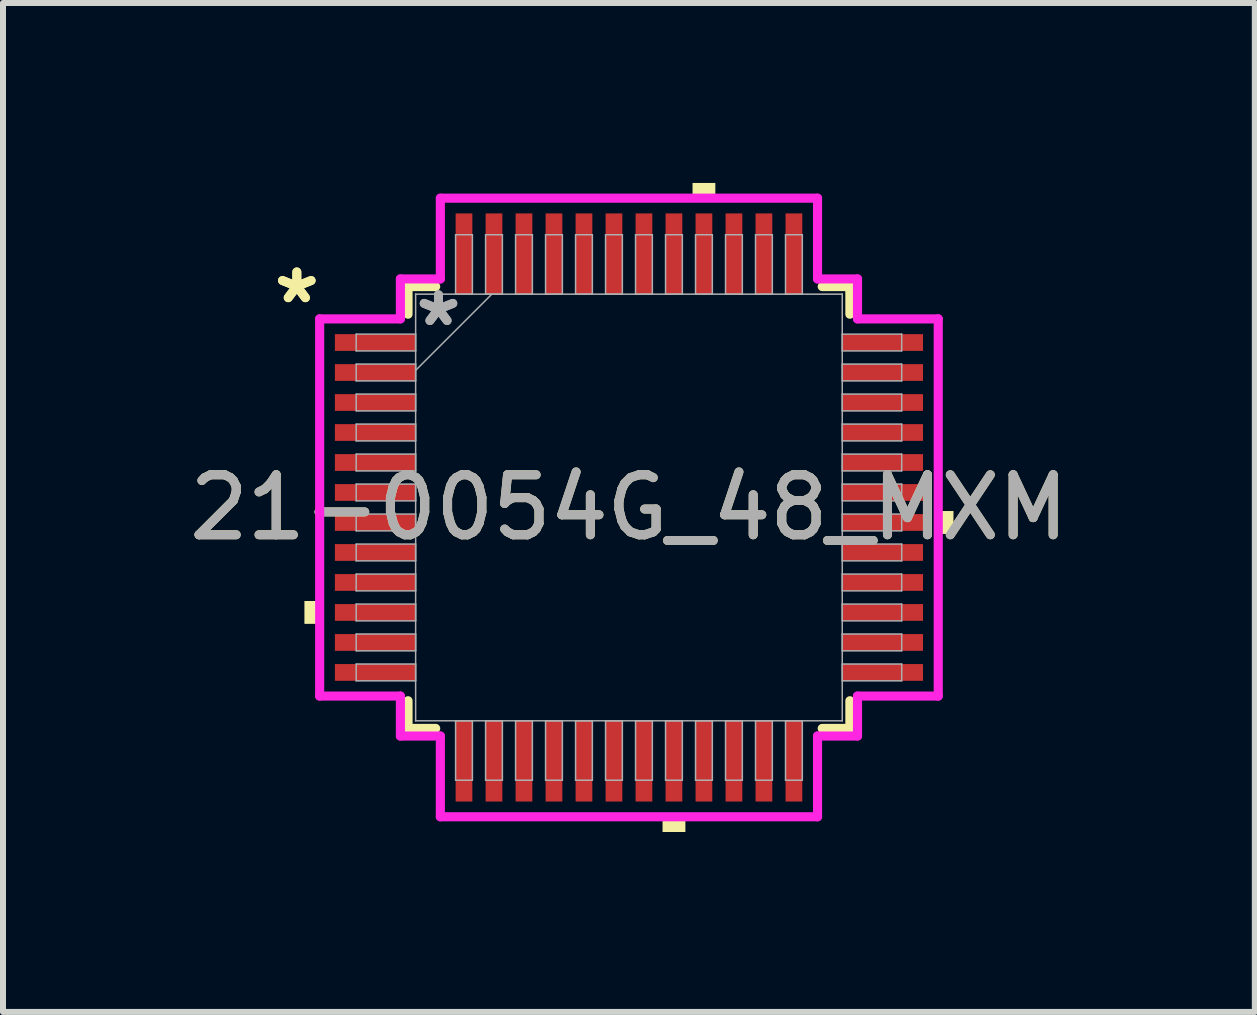
<source format=kicad_pcb>
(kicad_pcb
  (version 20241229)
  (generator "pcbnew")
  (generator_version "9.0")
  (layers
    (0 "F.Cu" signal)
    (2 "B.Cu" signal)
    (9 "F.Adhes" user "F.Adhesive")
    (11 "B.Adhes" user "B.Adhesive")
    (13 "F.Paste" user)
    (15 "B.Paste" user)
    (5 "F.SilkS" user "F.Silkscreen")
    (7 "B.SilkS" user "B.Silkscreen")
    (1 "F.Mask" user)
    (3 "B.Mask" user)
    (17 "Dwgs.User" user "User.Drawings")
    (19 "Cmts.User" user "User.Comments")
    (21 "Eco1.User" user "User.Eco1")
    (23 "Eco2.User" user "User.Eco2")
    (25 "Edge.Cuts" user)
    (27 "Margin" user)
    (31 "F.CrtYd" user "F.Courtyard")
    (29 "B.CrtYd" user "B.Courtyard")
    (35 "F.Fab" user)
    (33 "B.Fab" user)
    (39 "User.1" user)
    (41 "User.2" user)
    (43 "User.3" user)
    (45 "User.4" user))
  (footprint "21-0054G_48_MXM"
    (layer "F.Cu")
    (at 7.435 5.41)
    (property "Reference" "21-0054G_48_MXM" (at 0 0 0) (unlocked yes) (layer "F.SilkS") (effects (font (size 1 1) (thickness 0.15))))
    (attr smd)
    (fp_line (start -3.683 -3.683) (end -3.683 -3.222) (stroke (width 0.152) (type solid)) (layer "F.SilkS"))
    (fp_line (start -3.683 3.222) (end -3.683 3.683) (stroke (width 0.152) (type solid)) (layer "F.SilkS"))
    (fp_line (start -3.683 3.683) (end -3.222 3.683) (stroke (width 0.152) (type solid)) (layer "F.SilkS"))
    (fp_line (start -3.222 -3.683) (end -3.683 -3.683) (stroke (width 0.152) (type solid)) (layer "F.SilkS"))
    (fp_line (start 3.222 3.683) (end 3.683 3.683) (stroke (width 0.152) (type solid)) (layer "F.SilkS"))
    (fp_line (start 3.683 -3.683) (end 3.222 -3.683) (stroke (width 0.152) (type solid)) (layer "F.SilkS"))
    (fp_line (start 3.683 -3.222) (end 3.683 -3.683) (stroke (width 0.152) (type solid)) (layer "F.SilkS"))
    (fp_line (start 3.683 3.683) (end 3.683 3.222) (stroke (width 0.152) (type solid)) (layer "F.SilkS"))
    (fp_poly (pts (xy -5.41 1.559) (xy -5.41 1.94) (xy -5.156 1.94) (xy -5.156 1.559)) (stroke (width 0) (type solid)) (fill yes) (layer "F.SilkS"))
    (fp_poly (pts (xy 0.56 5.156) (xy 0.56 5.41) (xy 0.941 5.41) (xy 0.941 5.156)) (stroke (width 0) (type solid)) (fill yes) (layer "F.SilkS"))
    (fp_poly (pts (xy 1.06 -5.156) (xy 1.06 -5.41) (xy 1.44 -5.41) (xy 1.44 -5.156)) (stroke (width 0) (type solid)) (fill yes) (layer "F.SilkS"))
    (fp_poly (pts (xy 5.41 0.059) (xy 5.41 0.441) (xy 5.156 0.441) (xy 5.156 0.059)) (stroke (width 0) (type solid)) (fill yes) (layer "F.SilkS"))
    (fp_line (start -5.156 -3.144) (end -3.81 -3.144) (stroke (width 0.152) (type solid)) (layer "F.CrtYd"))
    (fp_line (start -5.156 3.144) (end -5.156 -3.144) (stroke (width 0.152) (type solid)) (layer "F.CrtYd"))
    (fp_line (start -3.81 -3.81) (end -3.144 -3.81) (stroke (width 0.152) (type solid)) (layer "F.CrtYd"))
    (fp_line (start -3.81 -3.144) (end -3.81 -3.81) (stroke (width 0.152) (type solid)) (layer "F.CrtYd"))
    (fp_line (start -3.81 3.144) (end -5.156 3.144) (stroke (width 0.152) (type solid)) (layer "F.CrtYd"))
    (fp_line (start -3.81 3.81) (end -3.81 3.144) (stroke (width 0.152) (type solid)) (layer "F.CrtYd"))
    (fp_line (start -3.81 3.81) (end -3.144 3.81) (stroke (width 0.152) (type solid)) (layer "F.CrtYd"))
    (fp_line (start -3.144 -5.156) (end 3.144 -5.156) (stroke (width 0.152) (type solid)) (layer "F.CrtYd"))
    (fp_line (start -3.144 -3.81) (end -3.144 -5.156) (stroke (width 0.152) (type solid)) (layer "F.CrtYd"))
    (fp_line (start -3.144 3.81) (end -3.144 5.156) (stroke (width 0.152) (type solid)) (layer "F.CrtYd"))
    (fp_line (start -3.144 5.156) (end 3.144 5.156) (stroke (width 0.152) (type solid)) (layer "F.CrtYd"))
    (fp_line (start 3.144 -5.156) (end 3.144 -3.81) (stroke (width 0.152) (type solid)) (layer "F.CrtYd"))
    (fp_line (start 3.144 -3.81) (end 3.81 -3.81) (stroke (width 0.152) (type solid)) (layer "F.CrtYd"))
    (fp_line (start 3.144 3.81) (end 3.81 3.81) (stroke (width 0.152) (type solid)) (layer "F.CrtYd"))
    (fp_line (start 3.144 5.156) (end 3.144 3.81) (stroke (width 0.152) (type solid)) (layer "F.CrtYd"))
    (fp_line (start 3.81 -3.144) (end 3.81 -3.81) (stroke (width 0.152) (type solid)) (layer "F.CrtYd"))
    (fp_line (start 3.81 3.144) (end 5.156 3.144) (stroke (width 0.152) (type solid)) (layer "F.CrtYd"))
    (fp_line (start 3.81 3.81) (end 3.81 3.144) (stroke (width 0.152) (type solid)) (layer "F.CrtYd"))
    (fp_line (start 5.156 -3.144) (end 3.81 -3.144) (stroke (width 0.152) (type solid)) (layer "F.CrtYd"))
    (fp_line (start 5.156 3.144) (end 5.156 -3.144) (stroke (width 0.152) (type solid)) (layer "F.CrtYd"))
    (fp_line (start -4.547 -2.89) (end -4.547 -2.61) (stroke (width 0.025) (type solid)) (layer "F.Fab"))
    (fp_line (start -4.547 -2.61) (end -3.556 -2.61) (stroke (width 0.025) (type solid)) (layer "F.Fab"))
    (fp_line (start -4.547 -2.39) (end -4.547 -2.11) (stroke (width 0.025) (type solid)) (layer "F.Fab"))
    (fp_line (start -4.547 -2.11) (end -3.556 -2.11) (stroke (width 0.025) (type solid)) (layer "F.Fab"))
    (fp_line (start -4.547 -1.89) (end -4.547 -1.61) (stroke (width 0.025) (type solid)) (layer "F.Fab"))
    (fp_line (start -4.547 -1.61) (end -3.556 -1.61) (stroke (width 0.025) (type solid)) (layer "F.Fab"))
    (fp_line (start -4.547 -1.39) (end -4.547 -1.11) (stroke (width 0.025) (type solid)) (layer "F.Fab"))
    (fp_line (start -4.547 -1.11) (end -3.556 -1.11) (stroke (width 0.025) (type solid)) (layer "F.Fab"))
    (fp_line (start -4.547 -0.89) (end -4.547 -0.61) (stroke (width 0.025) (type solid)) (layer "F.Fab"))
    (fp_line (start -4.547 -0.61) (end -3.556 -0.61) (stroke (width 0.025) (type solid)) (layer "F.Fab"))
    (fp_line (start -4.547 -0.39) (end -4.547 -0.11) (stroke (width 0.025) (type solid)) (layer "F.Fab"))
    (fp_line (start -4.547 -0.11) (end -3.556 -0.11) (stroke (width 0.025) (type solid)) (layer "F.Fab"))
    (fp_line (start -4.547 0.11) (end -4.547 0.39) (stroke (width 0.025) (type solid)) (layer "F.Fab"))
    (fp_line (start -4.547 0.39) (end -3.556 0.39) (stroke (width 0.025) (type solid)) (layer "F.Fab"))
    (fp_line (start -4.547 0.61) (end -4.547 0.89) (stroke (width 0.025) (type solid)) (layer "F.Fab"))
    (fp_line (start -4.547 0.89) (end -3.556 0.89) (stroke (width 0.025) (type solid)) (layer "F.Fab"))
    (fp_line (start -4.547 1.11) (end -4.547 1.39) (stroke (width 0.025) (type solid)) (layer "F.Fab"))
    (fp_line (start -4.547 1.39) (end -3.556 1.39) (stroke (width 0.025) (type solid)) (layer "F.Fab"))
    (fp_line (start -4.547 1.61) (end -4.547 1.89) (stroke (width 0.025) (type solid)) (layer "F.Fab"))
    (fp_line (start -4.547 1.89) (end -3.556 1.89) (stroke (width 0.025) (type solid)) (layer "F.Fab"))
    (fp_line (start -4.547 2.11) (end -4.547 2.39) (stroke (width 0.025) (type solid)) (layer "F.Fab"))
    (fp_line (start -4.547 2.39) (end -3.556 2.39) (stroke (width 0.025) (type solid)) (layer "F.Fab"))
    (fp_line (start -4.547 2.61) (end -4.547 2.89) (stroke (width 0.025) (type solid)) (layer "F.Fab"))
    (fp_line (start -4.547 2.89) (end -3.556 2.89) (stroke (width 0.025) (type solid)) (layer "F.Fab"))
    (fp_line (start -3.556 -3.556) (end -3.556 -3.556) (stroke (width 0.025) (type solid)) (layer "F.Fab"))
    (fp_line (start -3.556 -3.556) (end -3.556 3.556) (stroke (width 0.025) (type solid)) (layer "F.Fab"))
    (fp_line (start -3.556 -2.89) (end -4.547 -2.89) (stroke (width 0.025) (type solid)) (layer "F.Fab"))
    (fp_line (start -3.556 -2.61) (end -3.556 -2.89) (stroke (width 0.025) (type solid)) (layer "F.Fab"))
    (fp_line (start -3.556 -2.39) (end -4.547 -2.39) (stroke (width 0.025) (type solid)) (layer "F.Fab"))
    (fp_line (start -3.556 -2.286) (end -2.286 -3.556) (stroke (width 0.025) (type solid)) (layer "F.Fab"))
    (fp_line (start -3.556 -2.11) (end -3.556 -2.39) (stroke (width 0.025) (type solid)) (layer "F.Fab"))
    (fp_line (start -3.556 -1.89) (end -4.547 -1.89) (stroke (width 0.025) (type solid)) (layer "F.Fab"))
    (fp_line (start -3.556 -1.61) (end -3.556 -1.89) (stroke (width 0.025) (type solid)) (layer "F.Fab"))
    (fp_line (start -3.556 -1.39) (end -4.547 -1.39) (stroke (width 0.025) (type solid)) (layer "F.Fab"))
    (fp_line (start -3.556 -1.11) (end -3.556 -1.39) (stroke (width 0.025) (type solid)) (layer "F.Fab"))
    (fp_line (start -3.556 -0.89) (end -4.547 -0.89) (stroke (width 0.025) (type solid)) (layer "F.Fab"))
    (fp_line (start -3.556 -0.61) (end -3.556 -0.89) (stroke (width 0.025) (type solid)) (layer "F.Fab"))
    (fp_line (start -3.556 -0.39) (end -4.547 -0.39) (stroke (width 0.025) (type solid)) (layer "F.Fab"))
    (fp_line (start -3.556 -0.11) (end -3.556 -0.39) (stroke (width 0.025) (type solid)) (layer "F.Fab"))
    (fp_line (start -3.556 0.11) (end -4.547 0.11) (stroke (width 0.025) (type solid)) (layer "F.Fab"))
    (fp_line (start -3.556 0.39) (end -3.556 0.11) (stroke (width 0.025) (type solid)) (layer "F.Fab"))
    (fp_line (start -3.556 0.61) (end -4.547 0.61) (stroke (width 0.025) (type solid)) (layer "F.Fab"))
    (fp_line (start -3.556 0.89) (end -3.556 0.61) (stroke (width 0.025) (type solid)) (layer "F.Fab"))
    (fp_line (start -3.556 1.11) (end -4.547 1.11) (stroke (width 0.025) (type solid)) (layer "F.Fab"))
    (fp_line (start -3.556 1.39) (end -3.556 1.11) (stroke (width 0.025) (type solid)) (layer "F.Fab"))
    (fp_line (start -3.556 1.61) (end -4.547 1.61) (stroke (width 0.025) (type solid)) (layer "F.Fab"))
    (fp_line (start -3.556 1.89) (end -3.556 1.61) (stroke (width 0.025) (type solid)) (layer "F.Fab"))
    (fp_line (start -3.556 2.11) (end -4.547 2.11) (stroke (width 0.025) (type solid)) (layer "F.Fab"))
    (fp_line (start -3.556 2.39) (end -3.556 2.11) (stroke (width 0.025) (type solid)) (layer "F.Fab"))
    (fp_line (start -3.556 2.61) (end -4.547 2.61) (stroke (width 0.025) (type solid)) (layer "F.Fab"))
    (fp_line (start -3.556 2.89) (end -3.556 2.61) (stroke (width 0.025) (type solid)) (layer "F.Fab"))
    (fp_line (start -3.556 3.556) (end -3.556 3.556) (stroke (width 0.025) (type solid)) (layer "F.Fab"))
    (fp_line (start -3.556 3.556) (end 3.556 3.556) (stroke (width 0.025) (type solid)) (layer "F.Fab"))
    (fp_line (start -2.89 -4.547) (end -2.89 -3.556) (stroke (width 0.025) (type solid)) (layer "F.Fab"))
    (fp_line (start -2.89 -3.556) (end -2.61 -3.556) (stroke (width 0.025) (type solid)) (layer "F.Fab"))
    (fp_line (start -2.89 3.556) (end -2.89 4.547) (stroke (width 0.025) (type solid)) (layer "F.Fab"))
    (fp_line (start -2.89 4.547) (end -2.61 4.547) (stroke (width 0.025) (type solid)) (layer "F.Fab"))
    (fp_line (start -2.61 -4.547) (end -2.89 -4.547) (stroke (width 0.025) (type solid)) (layer "F.Fab"))
    (fp_line (start -2.61 -3.556) (end -2.61 -4.547) (stroke (width 0.025) (type solid)) (layer "F.Fab"))
    (fp_line (start -2.61 3.556) (end -2.89 3.556) (stroke (width 0.025) (type solid)) (layer "F.Fab"))
    (fp_line (start -2.61 4.547) (end -2.61 3.556) (stroke (width 0.025) (type solid)) (layer "F.Fab"))
    (fp_line (start -2.39 -4.547) (end -2.39 -3.556) (stroke (width 0.025) (type solid)) (layer "F.Fab"))
    (fp_line (start -2.39 -3.556) (end -2.11 -3.556) (stroke (width 0.025) (type solid)) (layer "F.Fab"))
    (fp_line (start -2.39 3.556) (end -2.39 4.547) (stroke (width 0.025) (type solid)) (layer "F.Fab"))
    (fp_line (start -2.39 4.547) (end -2.11 4.547) (stroke (width 0.025) (type solid)) (layer "F.Fab"))
    (fp_line (start -2.11 -4.547) (end -2.39 -4.547) (stroke (width 0.025) (type solid)) (layer "F.Fab"))
    (fp_line (start -2.11 -3.556) (end -2.11 -4.547) (stroke (width 0.025) (type solid)) (layer "F.Fab"))
    (fp_line (start -2.11 3.556) (end -2.39 3.556) (stroke (width 0.025) (type solid)) (layer "F.Fab"))
    (fp_line (start -2.11 4.547) (end -2.11 3.556) (stroke (width 0.025) (type solid)) (layer "F.Fab"))
    (fp_line (start -1.89 -4.547) (end -1.89 -3.556) (stroke (width 0.025) (type solid)) (layer "F.Fab"))
    (fp_line (start -1.89 -3.556) (end -1.61 -3.556) (stroke (width 0.025) (type solid)) (layer "F.Fab"))
    (fp_line (start -1.89 3.556) (end -1.89 4.547) (stroke (width 0.025) (type solid)) (layer "F.Fab"))
    (fp_line (start -1.89 4.547) (end -1.61 4.547) (stroke (width 0.025) (type solid)) (layer "F.Fab"))
    (fp_line (start -1.61 -4.547) (end -1.89 -4.547) (stroke (width 0.025) (type solid)) (layer "F.Fab"))
    (fp_line (start -1.61 -3.556) (end -1.61 -4.547) (stroke (width 0.025) (type solid)) (layer "F.Fab"))
    (fp_line (start -1.61 3.556) (end -1.89 3.556) (stroke (width 0.025) (type solid)) (layer "F.Fab"))
    (fp_line (start -1.61 4.547) (end -1.61 3.556) (stroke (width 0.025) (type solid)) (layer "F.Fab"))
    (fp_line (start -1.39 -4.547) (end -1.39 -3.556) (stroke (width 0.025) (type solid)) (layer "F.Fab"))
    (fp_line (start -1.39 -3.556) (end -1.11 -3.556) (stroke (width 0.025) (type solid)) (layer "F.Fab"))
    (fp_line (start -1.39 3.556) (end -1.39 4.547) (stroke (width 0.025) (type solid)) (layer "F.Fab"))
    (fp_line (start -1.39 4.547) (end -1.11 4.547) (stroke (width 0.025) (type solid)) (layer "F.Fab"))
    (fp_line (start -1.11 -4.547) (end -1.39 -4.547) (stroke (width 0.025) (type solid)) (layer "F.Fab"))
    (fp_line (start -1.11 -3.556) (end -1.11 -4.547) (stroke (width 0.025) (type solid)) (layer "F.Fab"))
    (fp_line (start -1.11 3.556) (end -1.39 3.556) (stroke (width 0.025) (type solid)) (layer "F.Fab"))
    (fp_line (start -1.11 4.547) (end -1.11 3.556) (stroke (width 0.025) (type solid)) (layer "F.Fab"))
    (fp_line (start -0.89 -4.547) (end -0.89 -3.556) (stroke (width 0.025) (type solid)) (layer "F.Fab"))
    (fp_line (start -0.89 -3.556) (end -0.61 -3.556) (stroke (width 0.025) (type solid)) (layer "F.Fab"))
    (fp_line (start -0.89 3.556) (end -0.89 4.547) (stroke (width 0.025) (type solid)) (layer "F.Fab"))
    (fp_line (start -0.89 4.547) (end -0.61 4.547) (stroke (width 0.025) (type solid)) (layer "F.Fab"))
    (fp_line (start -0.61 -4.547) (end -0.89 -4.547) (stroke (width 0.025) (type solid)) (layer "F.Fab"))
    (fp_line (start -0.61 -3.556) (end -0.61 -4.547) (stroke (width 0.025) (type solid)) (layer "F.Fab"))
    (fp_line (start -0.61 3.556) (end -0.89 3.556) (stroke (width 0.025) (type solid)) (layer "F.Fab"))
    (fp_line (start -0.61 4.547) (end -0.61 3.556) (stroke (width 0.025) (type solid)) (layer "F.Fab"))
    (fp_line (start -0.39 -4.547) (end -0.39 -3.556) (stroke (width 0.025) (type solid)) (layer "F.Fab"))
    (fp_line (start -0.39 -3.556) (end -0.11 -3.556) (stroke (width 0.025) (type solid)) (layer "F.Fab"))
    (fp_line (start -0.39 3.556) (end -0.39 4.547) (stroke (width 0.025) (type solid)) (layer "F.Fab"))
    (fp_line (start -0.39 4.547) (end -0.11 4.547) (stroke (width 0.025) (type solid)) (layer "F.Fab"))
    (fp_line (start -0.11 -4.547) (end -0.39 -4.547) (stroke (width 0.025) (type solid)) (layer "F.Fab"))
    (fp_line (start -0.11 -3.556) (end -0.11 -4.547) (stroke (width 0.025) (type solid)) (layer "F.Fab"))
    (fp_line (start -0.11 3.556) (end -0.39 3.556) (stroke (width 0.025) (type solid)) (layer "F.Fab"))
    (fp_line (start -0.11 4.547) (end -0.11 3.556) (stroke (width 0.025) (type solid)) (layer "F.Fab"))
    (fp_line (start 0.11 -4.547) (end 0.11 -3.556) (stroke (width 0.025) (type solid)) (layer "F.Fab"))
    (fp_line (start 0.11 -3.556) (end 0.39 -3.556) (stroke (width 0.025) (type solid)) (layer "F.Fab"))
    (fp_line (start 0.11 3.556) (end 0.11 4.547) (stroke (width 0.025) (type solid)) (layer "F.Fab"))
    (fp_line (start 0.11 4.547) (end 0.39 4.547) (stroke (width 0.025) (type solid)) (layer "F.Fab"))
    (fp_line (start 0.39 -4.547) (end 0.11 -4.547) (stroke (width 0.025) (type solid)) (layer "F.Fab"))
    (fp_line (start 0.39 -3.556) (end 0.39 -4.547) (stroke (width 0.025) (type solid)) (layer "F.Fab"))
    (fp_line (start 0.39 3.556) (end 0.11 3.556) (stroke (width 0.025) (type solid)) (layer "F.Fab"))
    (fp_line (start 0.39 4.547) (end 0.39 3.556) (stroke (width 0.025) (type solid)) (layer "F.Fab"))
    (fp_line (start 0.61 -4.547) (end 0.61 -3.556) (stroke (width 0.025) (type solid)) (layer "F.Fab"))
    (fp_line (start 0.61 -3.556) (end 0.89 -3.556) (stroke (width 0.025) (type solid)) (layer "F.Fab"))
    (fp_line (start 0.61 3.556) (end 0.61 4.547) (stroke (width 0.025) (type solid)) (layer "F.Fab"))
    (fp_line (start 0.61 4.547) (end 0.89 4.547) (stroke (width 0.025) (type solid)) (layer "F.Fab"))
    (fp_line (start 0.89 -4.547) (end 0.61 -4.547) (stroke (width 0.025) (type solid)) (layer "F.Fab"))
    (fp_line (start 0.89 -3.556) (end 0.89 -4.547) (stroke (width 0.025) (type solid)) (layer "F.Fab"))
    (fp_line (start 0.89 3.556) (end 0.61 3.556) (stroke (width 0.025) (type solid)) (layer "F.Fab"))
    (fp_line (start 0.89 4.547) (end 0.89 3.556) (stroke (width 0.025) (type solid)) (layer "F.Fab"))
    (fp_line (start 1.11 -4.547) (end 1.11 -3.556) (stroke (width 0.025) (type solid)) (layer "F.Fab"))
    (fp_line (start 1.11 -3.556) (end 1.39 -3.556) (stroke (width 0.025) (type solid)) (layer "F.Fab"))
    (fp_line (start 1.11 3.556) (end 1.11 4.547) (stroke (width 0.025) (type solid)) (layer "F.Fab"))
    (fp_line (start 1.11 4.547) (end 1.39 4.547) (stroke (width 0.025) (type solid)) (layer "F.Fab"))
    (fp_line (start 1.39 -4.547) (end 1.11 -4.547) (stroke (width 0.025) (type solid)) (layer "F.Fab"))
    (fp_line (start 1.39 -3.556) (end 1.39 -4.547) (stroke (width 0.025) (type solid)) (layer "F.Fab"))
    (fp_line (start 1.39 3.556) (end 1.11 3.556) (stroke (width 0.025) (type solid)) (layer "F.Fab"))
    (fp_line (start 1.39 4.547) (end 1.39 3.556) (stroke (width 0.025) (type solid)) (layer "F.Fab"))
    (fp_line (start 1.61 -4.547) (end 1.61 -3.556) (stroke (width 0.025) (type solid)) (layer "F.Fab"))
    (fp_line (start 1.61 -3.556) (end 1.89 -3.556) (stroke (width 0.025) (type solid)) (layer "F.Fab"))
    (fp_line (start 1.61 3.556) (end 1.61 4.547) (stroke (width 0.025) (type solid)) (layer "F.Fab"))
    (fp_line (start 1.61 4.547) (end 1.89 4.547) (stroke (width 0.025) (type solid)) (layer "F.Fab"))
    (fp_line (start 1.89 -4.547) (end 1.61 -4.547) (stroke (width 0.025) (type solid)) (layer "F.Fab"))
    (fp_line (start 1.89 -3.556) (end 1.89 -4.547) (stroke (width 0.025) (type solid)) (layer "F.Fab"))
    (fp_line (start 1.89 3.556) (end 1.61 3.556) (stroke (width 0.025) (type solid)) (layer "F.Fab"))
    (fp_line (start 1.89 4.547) (end 1.89 3.556) (stroke (width 0.025) (type solid)) (layer "F.Fab"))
    (fp_line (start 2.11 -4.547) (end 2.11 -3.556) (stroke (width 0.025) (type solid)) (layer "F.Fab"))
    (fp_line (start 2.11 -3.556) (end 2.39 -3.556) (stroke (width 0.025) (type solid)) (layer "F.Fab"))
    (fp_line (start 2.11 3.556) (end 2.11 4.547) (stroke (width 0.025) (type solid)) (layer "F.Fab"))
    (fp_line (start 2.11 4.547) (end 2.39 4.547) (stroke (width 0.025) (type solid)) (layer "F.Fab"))
    (fp_line (start 2.39 -4.547) (end 2.11 -4.547) (stroke (width 0.025) (type solid)) (layer "F.Fab"))
    (fp_line (start 2.39 -3.556) (end 2.39 -4.547) (stroke (width 0.025) (type solid)) (layer "F.Fab"))
    (fp_line (start 2.39 3.556) (end 2.11 3.556) (stroke (width 0.025) (type solid)) (layer "F.Fab"))
    (fp_line (start 2.39 4.547) (end 2.39 3.556) (stroke (width 0.025) (type solid)) (layer "F.Fab"))
    (fp_line (start 2.61 -4.547) (end 2.61 -3.556) (stroke (width 0.025) (type solid)) (layer "F.Fab"))
    (fp_line (start 2.61 -3.556) (end 2.89 -3.556) (stroke (width 0.025) (type solid)) (layer "F.Fab"))
    (fp_line (start 2.61 3.556) (end 2.61 4.547) (stroke (width 0.025) (type solid)) (layer "F.Fab"))
    (fp_line (start 2.61 4.547) (end 2.89 4.547) (stroke (width 0.025) (type solid)) (layer "F.Fab"))
    (fp_line (start 2.89 -4.547) (end 2.61 -4.547) (stroke (width 0.025) (type solid)) (layer "F.Fab"))
    (fp_line (start 2.89 -3.556) (end 2.89 -4.547) (stroke (width 0.025) (type solid)) (layer "F.Fab"))
    (fp_line (start 2.89 3.556) (end 2.61 3.556) (stroke (width 0.025) (type solid)) (layer "F.Fab"))
    (fp_line (start 2.89 4.547) (end 2.89 3.556) (stroke (width 0.025) (type solid)) (layer "F.Fab"))
    (fp_line (start 3.556 -3.556) (end -3.556 -3.556) (stroke (width 0.025) (type solid)) (layer "F.Fab"))
    (fp_line (start 3.556 -3.556) (end 3.556 -3.556) (stroke (width 0.025) (type solid)) (layer "F.Fab"))
    (fp_line (start 3.556 -2.89) (end 3.556 -2.61) (stroke (width 0.025) (type solid)) (layer "F.Fab"))
    (fp_line (start 3.556 -2.61) (end 4.547 -2.61) (stroke (width 0.025) (type solid)) (layer "F.Fab"))
    (fp_line (start 3.556 -2.39) (end 3.556 -2.11) (stroke (width 0.025) (type solid)) (layer "F.Fab"))
    (fp_line (start 3.556 -2.11) (end 4.547 -2.11) (stroke (width 0.025) (type solid)) (layer "F.Fab"))
    (fp_line (start 3.556 -1.89) (end 3.556 -1.61) (stroke (width 0.025) (type solid)) (layer "F.Fab"))
    (fp_line (start 3.556 -1.61) (end 4.547 -1.61) (stroke (width 0.025) (type solid)) (layer "F.Fab"))
    (fp_line (start 3.556 -1.39) (end 3.556 -1.11) (stroke (width 0.025) (type solid)) (layer "F.Fab"))
    (fp_line (start 3.556 -1.11) (end 4.547 -1.11) (stroke (width 0.025) (type solid)) (layer "F.Fab"))
    (fp_line (start 3.556 -0.89) (end 3.556 -0.61) (stroke (width 0.025) (type solid)) (layer "F.Fab"))
    (fp_line (start 3.556 -0.61) (end 4.547 -0.61) (stroke (width 0.025) (type solid)) (layer "F.Fab"))
    (fp_line (start 3.556 -0.39) (end 3.556 -0.11) (stroke (width 0.025) (type solid)) (layer "F.Fab"))
    (fp_line (start 3.556 -0.11) (end 4.547 -0.11) (stroke (width 0.025) (type solid)) (layer "F.Fab"))
    (fp_line (start 3.556 0.11) (end 3.556 0.39) (stroke (width 0.025) (type solid)) (layer "F.Fab"))
    (fp_line (start 3.556 0.39) (end 4.547 0.39) (stroke (width 0.025) (type solid)) (layer "F.Fab"))
    (fp_line (start 3.556 0.61) (end 3.556 0.89) (stroke (width 0.025) (type solid)) (layer "F.Fab"))
    (fp_line (start 3.556 0.89) (end 4.547 0.89) (stroke (width 0.025) (type solid)) (layer "F.Fab"))
    (fp_line (start 3.556 1.11) (end 3.556 1.39) (stroke (width 0.025) (type solid)) (layer "F.Fab"))
    (fp_line (start 3.556 1.39) (end 4.547 1.39) (stroke (width 0.025) (type solid)) (layer "F.Fab"))
    (fp_line (start 3.556 1.61) (end 3.556 1.89) (stroke (width 0.025) (type solid)) (layer "F.Fab"))
    (fp_line (start 3.556 1.89) (end 4.547 1.89) (stroke (width 0.025) (type solid)) (layer "F.Fab"))
    (fp_line (start 3.556 2.11) (end 3.556 2.39) (stroke (width 0.025) (type solid)) (layer "F.Fab"))
    (fp_line (start 3.556 2.39) (end 4.547 2.39) (stroke (width 0.025) (type solid)) (layer "F.Fab"))
    (fp_line (start 3.556 2.61) (end 3.556 2.89) (stroke (width 0.025) (type solid)) (layer "F.Fab"))
    (fp_line (start 3.556 2.89) (end 4.547 2.89) (stroke (width 0.025) (type solid)) (layer "F.Fab"))
    (fp_line (start 3.556 3.556) (end 3.556 -3.556) (stroke (width 0.025) (type solid)) (layer "F.Fab"))
    (fp_line (start 3.556 3.556) (end 3.556 3.556) (stroke (width 0.025) (type solid)) (layer "F.Fab"))
    (fp_line (start 4.547 -2.89) (end 3.556 -2.89) (stroke (width 0.025) (type solid)) (layer "F.Fab"))
    (fp_line (start 4.547 -2.61) (end 4.547 -2.89) (stroke (width 0.025) (type solid)) (layer "F.Fab"))
    (fp_line (start 4.547 -2.39) (end 3.556 -2.39) (stroke (width 0.025) (type solid)) (layer "F.Fab"))
    (fp_line (start 4.547 -2.11) (end 4.547 -2.39) (stroke (width 0.025) (type solid)) (layer "F.Fab"))
    (fp_line (start 4.547 -1.89) (end 3.556 -1.89) (stroke (width 0.025) (type solid)) (layer "F.Fab"))
    (fp_line (start 4.547 -1.61) (end 4.547 -1.89) (stroke (width 0.025) (type solid)) (layer "F.Fab"))
    (fp_line (start 4.547 -1.39) (end 3.556 -1.39) (stroke (width 0.025) (type solid)) (layer "F.Fab"))
    (fp_line (start 4.547 -1.11) (end 4.547 -1.39) (stroke (width 0.025) (type solid)) (layer "F.Fab"))
    (fp_line (start 4.547 -0.89) (end 3.556 -0.89) (stroke (width 0.025) (type solid)) (layer "F.Fab"))
    (fp_line (start 4.547 -0.61) (end 4.547 -0.89) (stroke (width 0.025) (type solid)) (layer "F.Fab"))
    (fp_line (start 4.547 -0.39) (end 3.556 -0.39) (stroke (width 0.025) (type solid)) (layer "F.Fab"))
    (fp_line (start 4.547 -0.11) (end 4.547 -0.39) (stroke (width 0.025) (type solid)) (layer "F.Fab"))
    (fp_line (start 4.547 0.11) (end 3.556 0.11) (stroke (width 0.025) (type solid)) (layer "F.Fab"))
    (fp_line (start 4.547 0.39) (end 4.547 0.11) (stroke (width 0.025) (type solid)) (layer "F.Fab"))
    (fp_line (start 4.547 0.61) (end 3.556 0.61) (stroke (width 0.025) (type solid)) (layer "F.Fab"))
    (fp_line (start 4.547 0.89) (end 4.547 0.61) (stroke (width 0.025) (type solid)) (layer "F.Fab"))
    (fp_line (start 4.547 1.11) (end 3.556 1.11) (stroke (width 0.025) (type solid)) (layer "F.Fab"))
    (fp_line (start 4.547 1.39) (end 4.547 1.11) (stroke (width 0.025) (type solid)) (layer "F.Fab"))
    (fp_line (start 4.547 1.61) (end 3.556 1.61) (stroke (width 0.025) (type solid)) (layer "F.Fab"))
    (fp_line (start 4.547 1.89) (end 4.547 1.61) (stroke (width 0.025) (type solid)) (layer "F.Fab"))
    (fp_line (start 4.547 2.11) (end 3.556 2.11) (stroke (width 0.025) (type solid)) (layer "F.Fab"))
    (fp_line (start 4.547 2.39) (end 4.547 2.11) (stroke (width 0.025) (type solid)) (layer "F.Fab"))
    (fp_line (start 4.547 2.61) (end 3.556 2.61) (stroke (width 0.025) (type solid)) (layer "F.Fab"))
    (fp_line (start 4.547 2.89) (end 4.547 2.61) (stroke (width 0.025) (type solid)) (layer "F.Fab"))
    (fp_text user "*" (at -5.537 -3.381 0) (unlocked yes) (layer "F.SilkS") (effects (font (size 1 1) (thickness 0.15))))
    (fp_text user "*" (at -5.537 -3.381 0) (layer "F.SilkS") (effects (font (size 1 1) (thickness 0.15))))
    (fp_text user "*" (at -3.175 -3 0) (layer "F.Fab") (effects (font (size 1 1) (thickness 0.15))))
    (fp_text user "${REFERENCE}" (at 0 0 0) (unlocked yes) (layer "F.Fab") (effects (font (size 1 1) (thickness 0.15))))
    (fp_text user "*" (at -3.175 -3 0) (unlocked yes) (layer "F.Fab") (effects (font (size 1 1) (thickness 0.15))))
    (pad "1" smd rect (at -4.229 -2.75 90) (size 0.279 1.346) (layers "F.Cu" "F.Mask" "F.Paste"))
    (pad "2" smd rect (at -4.229 -2.25 90) (size 0.279 1.346) (layers "F.Cu" "F.Mask" "F.Paste"))
    (pad "3" smd rect (at -4.229 -1.75 90) (size 0.279 1.346) (layers "F.Cu" "F.Mask" "F.Paste"))
    (pad "4" smd rect (at -4.229 -1.25 90) (size 0.279 1.346) (layers "F.Cu" "F.Mask" "F.Paste"))
    (pad "5" smd rect (at -4.229 -0.75 90) (size 0.279 1.346) (layers "F.Cu" "F.Mask" "F.Paste"))
    (pad "6" smd rect (at -4.229 -0.25 90) (size 0.279 1.346) (layers "F.Cu" "F.Mask" "F.Paste"))
    (pad "7" smd rect (at -4.229 0.25 90) (size 0.279 1.346) (layers "F.Cu" "F.Mask" "F.Paste"))
    (pad "8" smd rect (at -4.229 0.75 90) (size 0.279 1.346) (layers "F.Cu" "F.Mask" "F.Paste"))
    (pad "9" smd rect (at -4.229 1.25 90) (size 0.279 1.346) (layers "F.Cu" "F.Mask" "F.Paste"))
    (pad "10" smd rect (at -4.229 1.75 90) (size 0.279 1.346) (layers "F.Cu" "F.Mask" "F.Paste"))
    (pad "11" smd rect (at -4.229 2.25 90) (size 0.279 1.346) (layers "F.Cu" "F.Mask" "F.Paste"))
    (pad "12" smd rect (at -4.229 2.75 90) (size 0.279 1.346) (layers "F.Cu" "F.Mask" "F.Paste"))
    (pad "13" smd rect (at -2.75 4.229) (size 0.279 1.346) (layers "F.Cu" "F.Mask" "F.Paste"))
    (pad "14" smd rect (at -2.25 4.229) (size 0.279 1.346) (layers "F.Cu" "F.Mask" "F.Paste"))
    (pad "15" smd rect (at -1.75 4.229) (size 0.279 1.346) (layers "F.Cu" "F.Mask" "F.Paste"))
    (pad "16" smd rect (at -1.25 4.229) (size 0.279 1.346) (layers "F.Cu" "F.Mask" "F.Paste"))
    (pad "17" smd rect (at -0.75 4.229) (size 0.279 1.346) (layers "F.Cu" "F.Mask" "F.Paste"))
    (pad "18" smd rect (at -0.25 4.229) (size 0.279 1.346) (layers "F.Cu" "F.Mask" "F.Paste"))
    (pad "19" smd rect (at 0.25 4.229) (size 0.279 1.346) (layers "F.Cu" "F.Mask" "F.Paste"))
    (pad "20" smd rect (at 0.75 4.229) (size 0.279 1.346) (layers "F.Cu" "F.Mask" "F.Paste"))
    (pad "21" smd rect (at 1.25 4.229) (size 0.279 1.346) (layers "F.Cu" "F.Mask" "F.Paste"))
    (pad "22" smd rect (at 1.75 4.229) (size 0.279 1.346) (layers "F.Cu" "F.Mask" "F.Paste"))
    (pad "23" smd rect (at 2.25 4.229) (size 0.279 1.346) (layers "F.Cu" "F.Mask" "F.Paste"))
    (pad "24" smd rect (at 2.75 4.229) (size 0.279 1.346) (layers "F.Cu" "F.Mask" "F.Paste"))
    (pad "25" smd rect (at 4.229 2.75 90) (size 0.279 1.346) (layers "F.Cu" "F.Mask" "F.Paste"))
    (pad "26" smd rect (at 4.229 2.25 90) (size 0.279 1.346) (layers "F.Cu" "F.Mask" "F.Paste"))
    (pad "27" smd rect (at 4.229 1.75 90) (size 0.279 1.346) (layers "F.Cu" "F.Mask" "F.Paste"))
    (pad "28" smd rect (at 4.229 1.25 90) (size 0.279 1.346) (layers "F.Cu" "F.Mask" "F.Paste"))
    (pad "29" smd rect (at 4.229 0.75 90) (size 0.279 1.346) (layers "F.Cu" "F.Mask" "F.Paste"))
    (pad "30" smd rect (at 4.229 0.25 90) (size 0.279 1.346) (layers "F.Cu" "F.Mask" "F.Paste"))
    (pad "31" smd rect (at 4.229 -0.25 90) (size 0.279 1.346) (layers "F.Cu" "F.Mask" "F.Paste"))
    (pad "32" smd rect (at 4.229 -0.75 90) (size 0.279 1.346) (layers "F.Cu" "F.Mask" "F.Paste"))
    (pad "33" smd rect (at 4.229 -1.25 90) (size 0.279 1.346) (layers "F.Cu" "F.Mask" "F.Paste"))
    (pad "34" smd rect (at 4.229 -1.75 90) (size 0.279 1.346) (layers "F.Cu" "F.Mask" "F.Paste"))
    (pad "35" smd rect (at 4.229 -2.25 90) (size 0.279 1.346) (layers "F.Cu" "F.Mask" "F.Paste"))
    (pad "36" smd rect (at 4.229 -2.75 90) (size 0.279 1.346) (layers "F.Cu" "F.Mask" "F.Paste"))
    (pad "37" smd rect (at 2.75 -4.229) (size 0.279 1.346) (layers "F.Cu" "F.Mask" "F.Paste"))
    (pad "38" smd rect (at 2.25 -4.229) (size 0.279 1.346) (layers "F.Cu" "F.Mask" "F.Paste"))
    (pad "39" smd rect (at 1.75 -4.229) (size 0.279 1.346) (layers "F.Cu" "F.Mask" "F.Paste"))
    (pad "40" smd rect (at 1.25 -4.229) (size 0.279 1.346) (layers "F.Cu" "F.Mask" "F.Paste"))
    (pad "41" smd rect (at 0.75 -4.229) (size 0.279 1.346) (layers "F.Cu" "F.Mask" "F.Paste"))
    (pad "42" smd rect (at 0.25 -4.229) (size 0.279 1.346) (layers "F.Cu" "F.Mask" "F.Paste"))
    (pad "43" smd rect (at -0.25 -4.229) (size 0.279 1.346) (layers "F.Cu" "F.Mask" "F.Paste"))
    (pad "44" smd rect (at -0.75 -4.229) (size 0.279 1.346) (layers "F.Cu" "F.Mask" "F.Paste"))
    (pad "45" smd rect (at -1.25 -4.229) (size 0.279 1.346) (layers "F.Cu" "F.Mask" "F.Paste"))
    (pad "46" smd rect (at -1.75 -4.229) (size 0.279 1.346) (layers "F.Cu" "F.Mask" "F.Paste"))
    (pad "47" smd rect (at -2.25 -4.229) (size 0.279 1.346) (layers "F.Cu" "F.Mask" "F.Paste"))
    (pad "48" smd rect (at -2.75 -4.229) (size 0.279 1.346) (layers "F.Cu" "F.Mask" "F.Paste")))
  (gr_rect
    (start -3 -3)
    (end 17.869 13.82)
    (stroke (width 0.1) (type default))
    (fill no)
    (layer "Edge.Cuts")))
</source>
